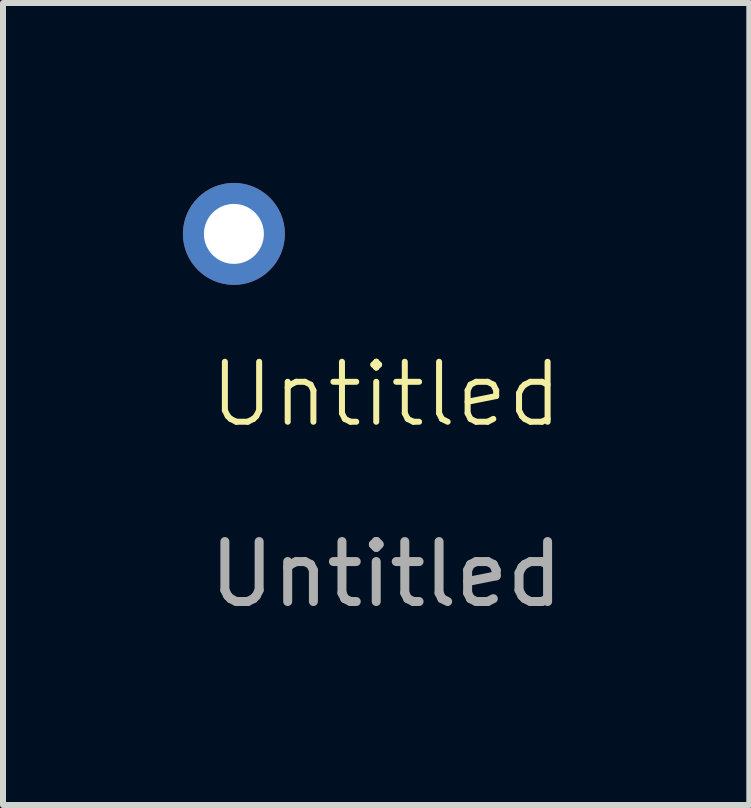
<source format=kicad_pcb>
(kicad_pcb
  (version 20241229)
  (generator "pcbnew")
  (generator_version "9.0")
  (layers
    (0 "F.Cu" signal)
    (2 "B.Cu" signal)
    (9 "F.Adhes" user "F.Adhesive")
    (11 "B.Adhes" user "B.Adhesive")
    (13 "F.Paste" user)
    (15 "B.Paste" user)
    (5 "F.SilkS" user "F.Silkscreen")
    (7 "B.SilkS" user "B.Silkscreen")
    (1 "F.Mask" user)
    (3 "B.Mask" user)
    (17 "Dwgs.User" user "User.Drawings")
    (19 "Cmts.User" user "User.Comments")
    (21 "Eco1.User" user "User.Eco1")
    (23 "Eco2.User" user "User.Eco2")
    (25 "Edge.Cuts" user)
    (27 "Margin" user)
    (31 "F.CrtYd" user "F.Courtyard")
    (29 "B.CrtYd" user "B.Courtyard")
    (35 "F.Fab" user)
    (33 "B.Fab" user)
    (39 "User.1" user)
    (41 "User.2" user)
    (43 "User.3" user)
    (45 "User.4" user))
  (footprint "Untitled"
    (layer "F.Cu")
    (at 3.39 4.025)
    (property "Reference" "Untitled" (at 0 -0.5 0) (unlocked yes) (layer "F.SilkS") (effects (font (size 1 1) (thickness 0.1))))
    (attr smd)
    (fp_text user "${REFERENCE}" (at 0 2.5 0) (unlocked yes) (layer "F.Fab") (effects (font (size 1 1) (thickness 0.15))))
    (pad "1" thru_hole circle (at -2.54 -3.175) (size 1.7 1.7) (drill 1) (layers "*.Cu" "*.Mask")))
  (gr_rect
    (start -3 -3)
    (end 9.444 10.373)
    (stroke (width 0.1) (type default))
    (fill no)
    (layer "Edge.Cuts")))
</source>
